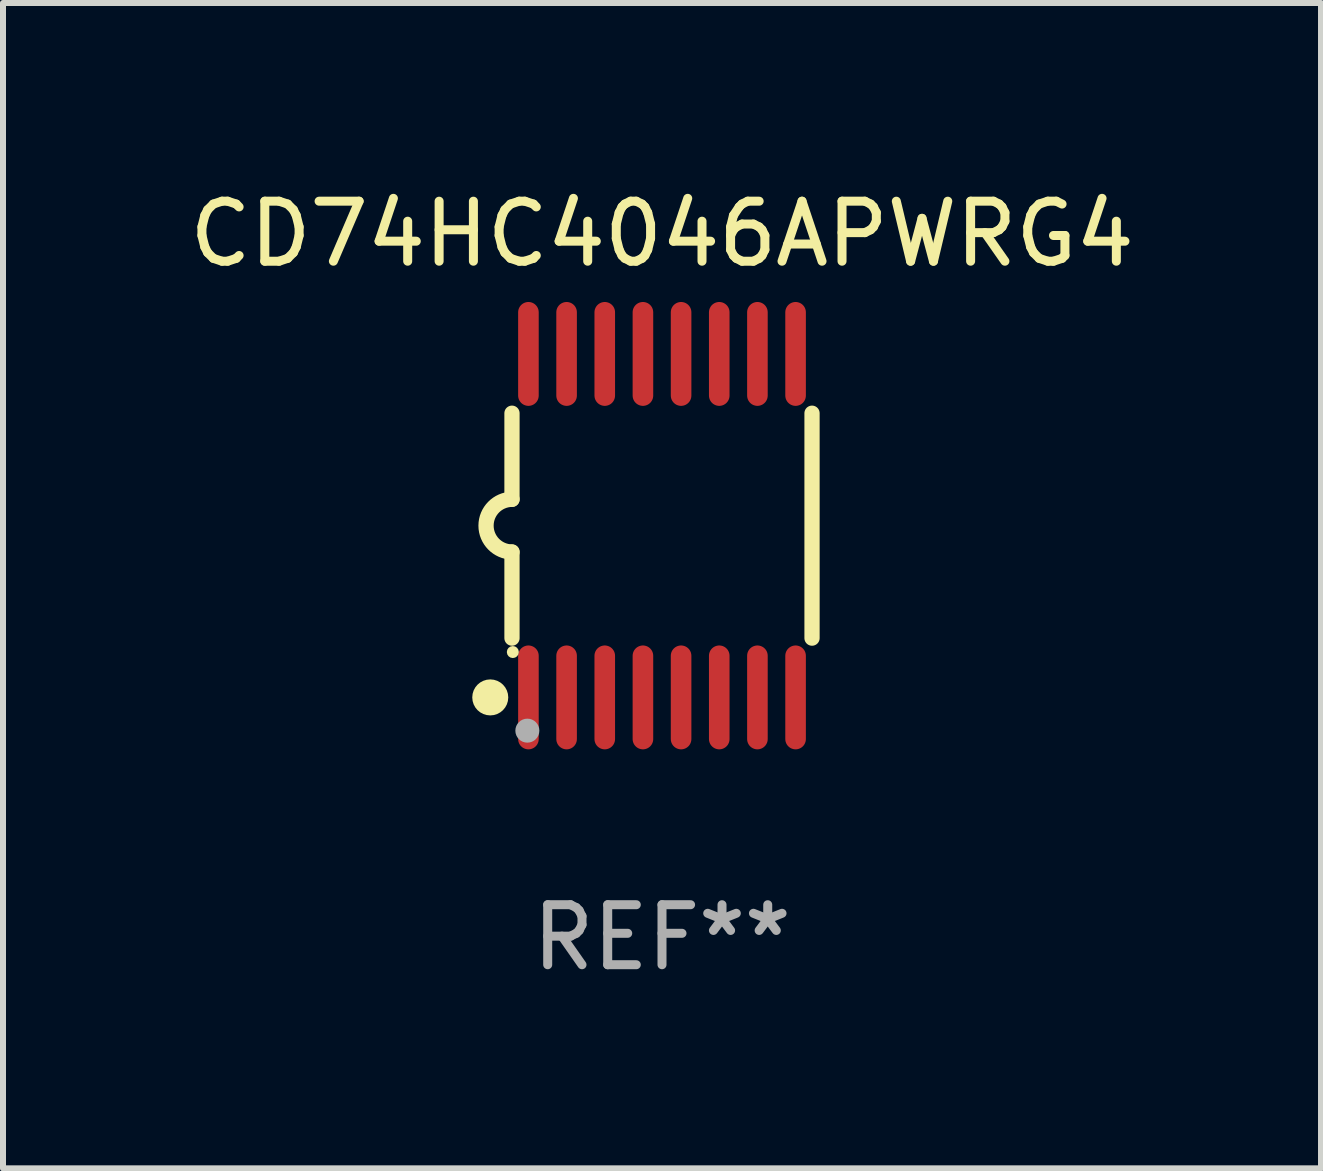
<source format=kicad_pcb>
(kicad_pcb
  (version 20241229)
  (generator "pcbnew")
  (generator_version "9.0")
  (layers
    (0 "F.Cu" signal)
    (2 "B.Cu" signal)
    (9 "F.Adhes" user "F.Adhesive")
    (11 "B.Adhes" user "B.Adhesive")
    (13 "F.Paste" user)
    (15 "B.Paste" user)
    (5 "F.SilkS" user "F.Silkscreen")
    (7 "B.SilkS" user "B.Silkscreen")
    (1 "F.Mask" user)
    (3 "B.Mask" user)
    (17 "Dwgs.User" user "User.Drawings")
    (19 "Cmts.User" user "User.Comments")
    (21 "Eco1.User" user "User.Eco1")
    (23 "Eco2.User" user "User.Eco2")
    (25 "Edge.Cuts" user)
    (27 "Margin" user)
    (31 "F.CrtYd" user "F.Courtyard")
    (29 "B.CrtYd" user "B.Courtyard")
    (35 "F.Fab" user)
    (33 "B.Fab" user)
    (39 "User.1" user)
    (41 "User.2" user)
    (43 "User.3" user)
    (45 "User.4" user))
  (footprint "CD74HC4046APWRG4"
    (layer "F.Cu")
    (at 7.982 5.71)
    (property "Reference" "CD74HC4046APWRG4" (at 0 -4.862 0) (layer "F.SilkS") (effects (font (size 1 1) (thickness 0.15))))
    (attr through_hole)
    (fp_line (start -2.5 -1.874) (end -2.5 -0.439) (stroke (width 0.254) (type solid)) (layer "F.SilkS"))
    (fp_line (start -2.5 1.874) (end -2.5 0.439) (stroke (width 0.254) (type solid)) (layer "F.SilkS"))
    (fp_line (start 2.5 -1.874) (end 2.5 1.874) (stroke (width 0.254) (type solid)) (layer "F.SilkS"))
    (fp_arc (start -2.5 0.438989) (mid -2.938633 -0.000597) (end -2.499365 -0.439547) (stroke (width 0.254001) (type solid)) (layer "F.SilkS"))
    (fp_circle (center -2.862 2.862) (end -2.712 2.862) (stroke (width 0.3) (type solid)) (fill no) (layer "F.SilkS"))
    (fp_circle (center -2.486 2.106) (end -2.436 2.106) (stroke (width 0.1) (type solid)) (fill no) (layer "F.SilkS"))
    (fp_circle (center -2.244 3.416) (end -2.144 3.416) (stroke (width 0.2) (type solid)) (fill no) (layer "F.Fab"))
    (fp_text user "REF**" (at 0 6.862 0) (layer "F.Fab") (effects (font (size 1 1) (thickness 0.15))))
    (pad "1" smd oval (at -2.226 2.862) (size 0.343 1.731) (layers "F.Cu" "F.Mask" "F.Paste"))
    (pad "2" smd oval (at -1.59 2.862) (size 0.343 1.731) (layers "F.Cu" "F.Mask" "F.Paste"))
    (pad "3" smd oval (at -0.954 2.862) (size 0.343 1.731) (layers "F.Cu" "F.Mask" "F.Paste"))
    (pad "4" smd oval (at -0.318 2.862) (size 0.343 1.731) (layers "F.Cu" "F.Mask" "F.Paste"))
    (pad "5" smd oval (at 0.318 2.862) (size 0.343 1.731) (layers "F.Cu" "F.Mask" "F.Paste"))
    (pad "6" smd oval (at 0.954 2.862) (size 0.343 1.731) (layers "F.Cu" "F.Mask" "F.Paste"))
    (pad "7" smd oval (at 1.59 2.862) (size 0.343 1.731) (layers "F.Cu" "F.Mask" "F.Paste"))
    (pad "8" smd oval (at 2.226 2.862) (size 0.343 1.731) (layers "F.Cu" "F.Mask" "F.Paste"))
    (pad "9" smd oval (at 2.226 -2.862) (size 0.343 1.731) (layers "F.Cu" "F.Mask" "F.Paste"))
    (pad "10" smd oval (at 1.59 -2.862) (size 0.343 1.731) (layers "F.Cu" "F.Mask" "F.Paste"))
    (pad "11" smd oval (at 0.954 -2.862) (size 0.343 1.731) (layers "F.Cu" "F.Mask" "F.Paste"))
    (pad "12" smd oval (at 0.318 -2.862) (size 0.343 1.731) (layers "F.Cu" "F.Mask" "F.Paste"))
    (pad "13" smd oval (at -0.318 -2.862) (size 0.343 1.731) (layers "F.Cu" "F.Mask" "F.Paste"))
    (pad "14" smd oval (at -0.954 -2.862) (size 0.343 1.731) (layers "F.Cu" "F.Mask" "F.Paste"))
    (pad "15" smd oval (at -1.59 -2.862) (size 0.343 1.731) (layers "F.Cu" "F.Mask" "F.Paste"))
    (pad "16" smd oval (at -2.226 -2.862) (size 0.343 1.731) (layers "F.Cu" "F.Mask" "F.Paste")))
  (gr_rect
    (start -3 -3)
    (end 18.964 16.42)
    (stroke (width 0.1) (type default))
    (fill no)
    (layer "Edge.Cuts")))
</source>
